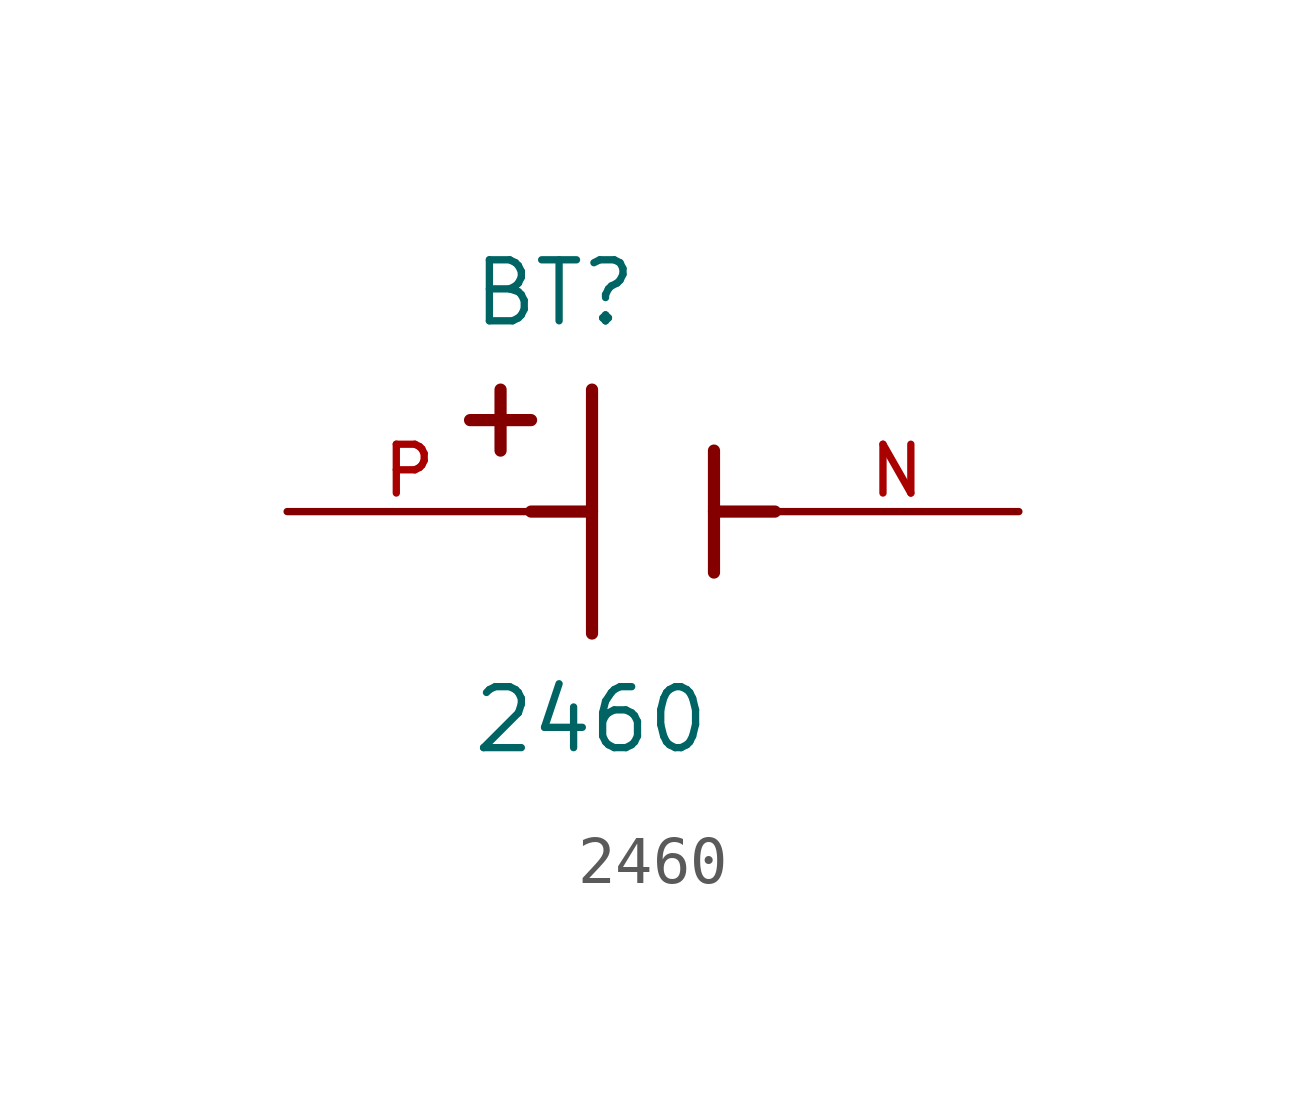
<source format=kicad_sym>
(kicad_symbol_lib
  (version 20211014)
  (generator kicad_symbol_editor)
  (symbol "2460"
    (pin_names
      (offset 1.016))
    (property "Reference" "BT"
      (at -3.81 3.81 0)
      (effects (font (size 1.27 1.27)) (justify bottom left)))
    (property "Value" "2460"
      (at -3.81 -5.08 0)
      (effects (font (size 1.27 1.27)) (justify bottom left)))
    (symbol "2460_0_0"
      (polyline (pts (xy -1.27 2.54) (xy -1.27 -2.54)) (stroke (width 0.254)))
      (polyline (pts (xy 1.27 1.27) (xy 1.27 -1.27)) (stroke (width 0.254)))
      (polyline (pts (xy -1.27 0.0) (xy -2.54 0.0)) (stroke (width 0.254)))
      (polyline (pts (xy 1.27 0.0) (xy 2.54 0.0)) (stroke (width 0.254)))
      (polyline (pts (xy -3.175 2.54) (xy -3.175 1.27)) (stroke (width 0.254)))
      (polyline (pts (xy -3.81 1.905) (xy -2.54 1.905)) (stroke (width 0.254)))
      (pin passive line (at -7.62 0.0 0) (length 5.08) (name "~" (effects (font (size 1.016 1.016)))) (number "P" (effects (font (size 1.016 1.016)))))
      (pin passive line (at 7.62 0.0 180.0) (length 5.08) (name "~" (effects (font (size 1.016 1.016)))) (number "N" (effects (font (size 1.016 1.016))))))))
</source>
